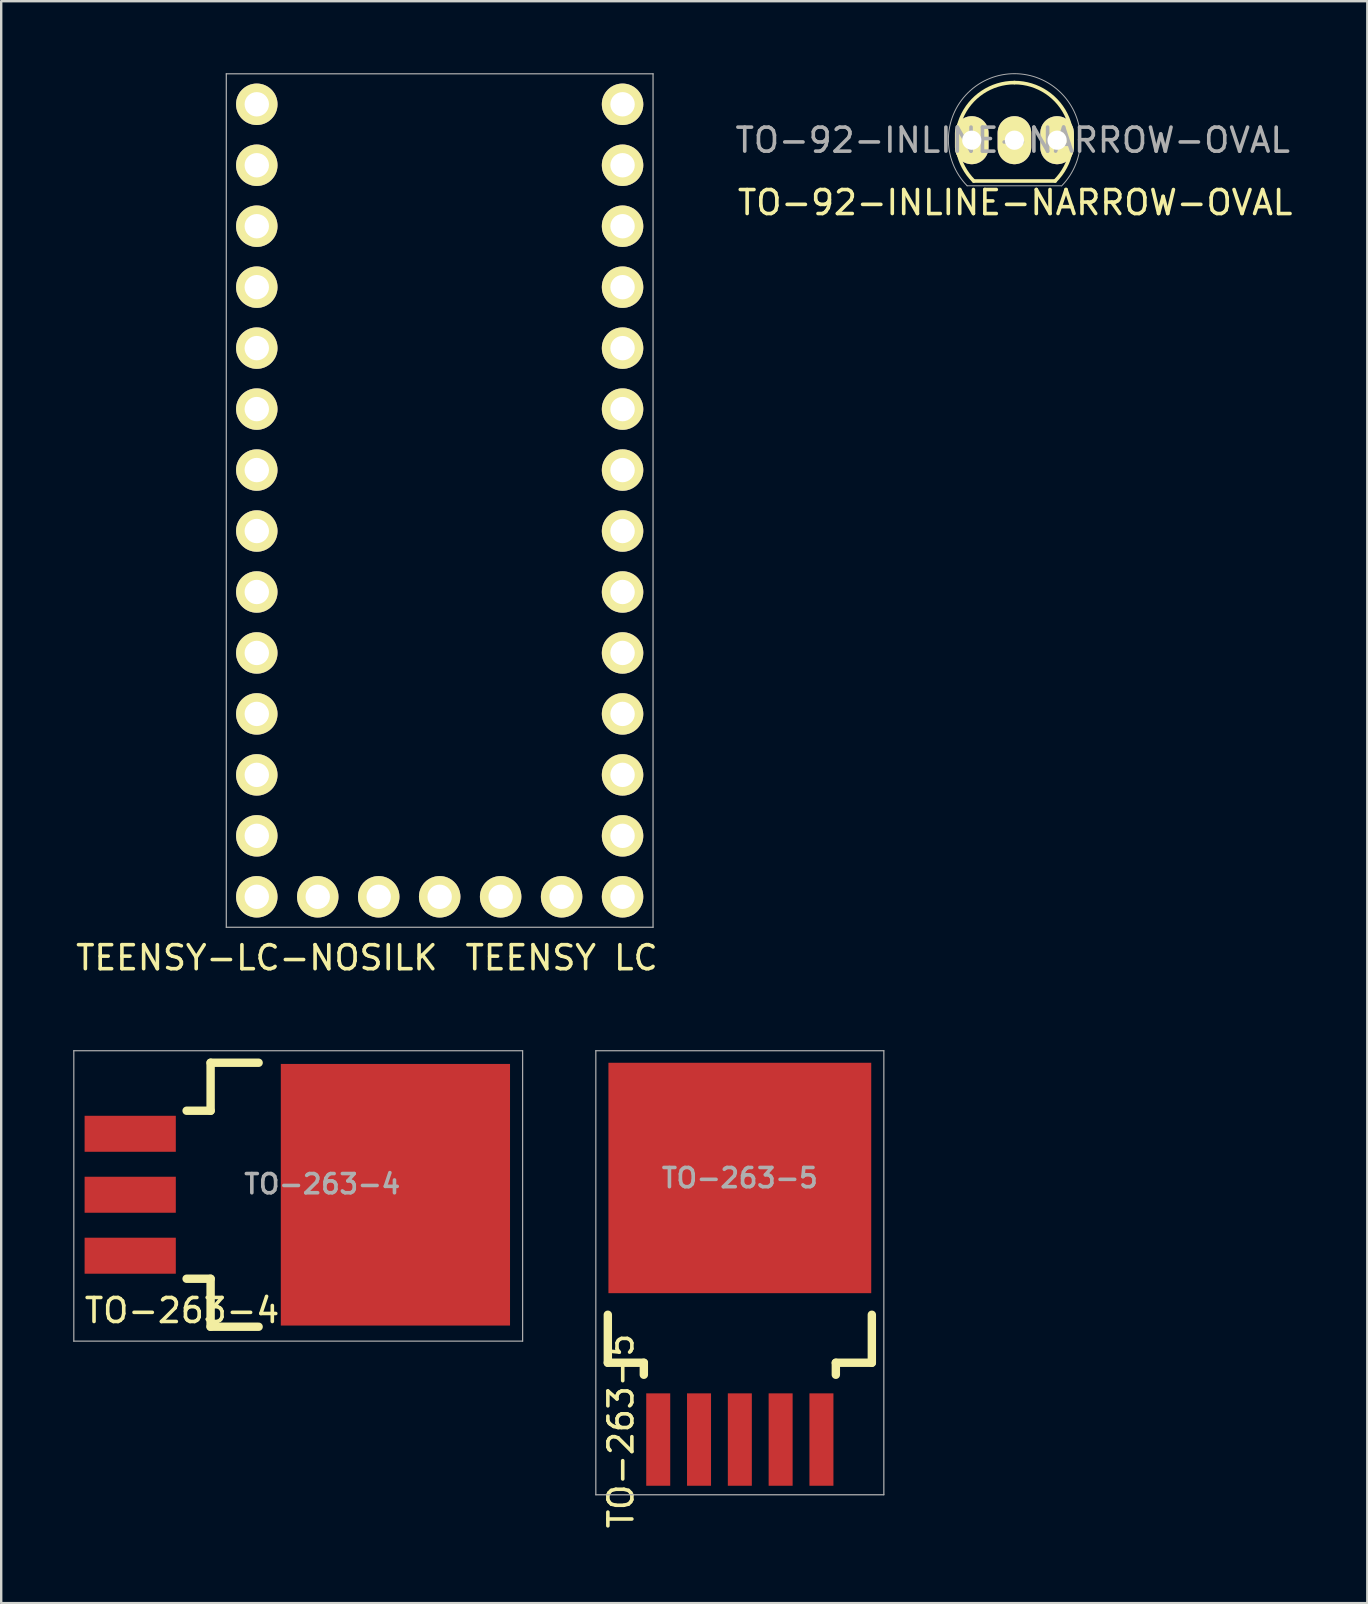
<source format=kicad_pcb>
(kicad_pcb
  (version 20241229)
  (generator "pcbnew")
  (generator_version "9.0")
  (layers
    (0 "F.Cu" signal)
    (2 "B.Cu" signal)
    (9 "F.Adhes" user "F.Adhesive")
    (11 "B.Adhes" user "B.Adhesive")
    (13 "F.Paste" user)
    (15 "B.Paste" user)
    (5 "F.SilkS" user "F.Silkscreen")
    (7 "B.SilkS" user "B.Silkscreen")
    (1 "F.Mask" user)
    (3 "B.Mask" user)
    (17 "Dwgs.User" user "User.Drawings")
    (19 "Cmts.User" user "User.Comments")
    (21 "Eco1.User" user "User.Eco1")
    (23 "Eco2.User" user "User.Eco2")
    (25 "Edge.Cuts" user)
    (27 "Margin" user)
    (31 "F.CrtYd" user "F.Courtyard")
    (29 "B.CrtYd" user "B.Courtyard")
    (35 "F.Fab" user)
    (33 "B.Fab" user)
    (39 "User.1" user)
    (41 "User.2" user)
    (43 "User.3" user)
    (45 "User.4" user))
  (footprint "TEENSY-LC-NOSILK"
    (layer "F.Cu")
    (at 17.809 11.455)
    (property "Reference" "TEENSY-LC-NOSILK" (at -10.16 25.4 180) (layer "F.SilkS") (effects (font (size 1 1) (thickness 0.15))))
    (attr smd)
    (fp_line (start -11.43 -11.43) (end -11.43 24.13) (stroke (width 0.051) (type solid)) (layer "F.Fab"))
    (fp_line (start -11.43 24.13) (end 6.35 24.13) (stroke (width 0.051) (type solid)) (layer "F.Fab"))
    (fp_line (start 6.35 -11.43) (end -11.43 -11.43) (stroke (width 0.051) (type solid)) (layer "F.Fab"))
    (fp_line (start 6.35 24.13) (end 6.35 -11.43) (stroke (width 0.051) (type solid)) (layer "F.Fab"))
    (fp_text user "TEENSY LC" (at 2.54 25.4 0) (layer "F.SilkS") (effects (font (size 1 1) (thickness 0.15))))
    (pad "0" thru_hole circle (at -10.16 -7.62) (size 1.727 1.727) (drill 1.016) (layers "*.Cu" "*.Mask" "F.SilkS"))
    (pad "1" thru_hole circle (at -10.16 -5.08) (size 1.727 1.727) (drill 1.016) (layers "*.Cu" "*.Mask" "F.SilkS"))
    (pad "2" thru_hole circle (at -10.16 -2.54) (size 1.727 1.727) (drill 1.016) (layers "*.Cu" "*.Mask" "F.SilkS"))
    (pad "3" thru_hole circle (at -10.16 0) (size 1.727 1.727) (drill 1.016) (layers "*.Cu" "*.Mask" "F.SilkS"))
    (pad "3V1" thru_hole circle (at -5.08 22.86) (size 1.727 1.727) (drill 1.016) (layers "*.Cu" "*.Mask" "F.SilkS"))
    (pad "3V2" thru_hole circle (at 5.08 -5.08) (size 1.727 1.727) (drill 1.016) (layers "*.Cu" "*.Mask" "F.SilkS"))
    (pad "4" thru_hole circle (at -10.16 2.54) (size 1.727 1.727) (drill 1.016) (layers "*.Cu" "*.Mask" "F.SilkS"))
    (pad "5" thru_hole circle (at -10.16 5.08) (size 1.727 1.727) (drill 1.016) (layers "*.Cu" "*.Mask" "F.SilkS"))
    (pad "6" thru_hole circle (at -10.16 7.62) (size 1.727 1.727) (drill 1.016) (layers "*.Cu" "*.Mask" "F.SilkS"))
    (pad "7" thru_hole circle (at -10.16 10.16) (size 1.727 1.727) (drill 1.016) (layers "*.Cu" "*.Mask" "F.SilkS"))
    (pad "8" thru_hole circle (at -10.16 12.7) (size 1.727 1.727) (drill 1.016) (layers "*.Cu" "*.Mask" "F.SilkS"))
    (pad "9" thru_hole circle (at -10.16 15.24) (size 1.727 1.727) (drill 1.016) (layers "*.Cu" "*.Mask" "F.SilkS"))
    (pad "10" thru_hole circle (at -10.16 17.78) (size 1.727 1.727) (drill 1.016) (layers "*.Cu" "*.Mask" "F.SilkS"))
    (pad "11" thru_hole circle (at -10.16 20.32) (size 1.727 1.727) (drill 1.016) (layers "*.Cu" "*.Mask" "F.SilkS"))
    (pad "12" thru_hole circle (at -10.16 22.86) (size 1.727 1.727) (drill 1.016) (layers "*.Cu" "*.Mask" "F.SilkS"))
    (pad "13" thru_hole circle (at 5.08 22.86) (size 1.727 1.727) (drill 1.016) (layers "*.Cu" "*.Mask" "F.SilkS"))
    (pad "14" thru_hole circle (at 5.08 20.32) (size 1.727 1.727) (drill 1.016) (layers "*.Cu" "*.Mask" "F.SilkS"))
    (pad "15" thru_hole circle (at 5.08 17.78) (size 1.727 1.727) (drill 1.016) (layers "*.Cu" "*.Mask" "F.SilkS"))
    (pad "16" thru_hole circle (at 5.08 15.24) (size 1.727 1.727) (drill 1.016) (layers "*.Cu" "*.Mask" "F.SilkS"))
    (pad "17" thru_hole circle (at 5.08 12.7) (size 1.727 1.727) (drill 1.016) (layers "*.Cu" "*.Mask" "F.SilkS"))
    (pad "17A" thru_hole circle (at -7.62 22.86) (size 1.727 1.727) (drill 1.016) (layers "*.Cu" "*.Mask" "F.SilkS"))
    (pad "18" thru_hole circle (at 5.08 10.16) (size 1.727 1.727) (drill 1.016) (layers "*.Cu" "*.Mask" "F.SilkS"))
    (pad "19" thru_hole circle (at 5.08 7.62) (size 1.727 1.727) (drill 1.016) (layers "*.Cu" "*.Mask" "F.SilkS"))
    (pad "20" thru_hole circle (at 5.08 5.08) (size 1.727 1.727) (drill 1.016) (layers "*.Cu" "*.Mask" "F.SilkS"))
    (pad "21" thru_hole circle (at 5.08 2.54) (size 1.727 1.727) (drill 1.016) (layers "*.Cu" "*.Mask" "F.SilkS"))
    (pad "22" thru_hole circle (at 5.08 0) (size 1.727 1.727) (drill 1.016) (layers "*.Cu" "*.Mask" "F.SilkS"))
    (pad "23" thru_hole circle (at 5.08 -2.54) (size 1.727 1.727) (drill 1.016) (layers "*.Cu" "*.Mask" "F.SilkS"))
    (pad "DAC" thru_hole circle (at 2.54 22.86) (size 1.727 1.727) (drill 1.016) (layers "*.Cu" "*.Mask" "F.SilkS"))
    (pad "G1" thru_hole circle (at -10.16 -10.16) (size 1.727 1.727) (drill 1.016) (layers "*.Cu" "*.Mask" "F.SilkS"))
    (pad "G2" thru_hole circle (at -2.54 22.86) (size 1.727 1.727) (drill 1.016) (layers "*.Cu" "*.Mask" "F.SilkS"))
    (pad "G3" thru_hole circle (at 5.08 -7.62) (size 1.727 1.727) (drill 1.016) (layers "*.Cu" "*.Mask" "F.SilkS"))
    (pad "PGM" thru_hole circle (at 0 22.86) (size 1.727 1.727) (drill 1.016) (layers "*.Cu" "*.Mask" "F.SilkS"))
    (pad "VIN" thru_hole circle (at 5.08 -10.16) (size 1.727 1.727) (drill 1.016) (layers "*.Cu" "*.Mask" "F.SilkS")))
  (footprint "TO-92-INLINE-NARROW-OVAL"
    (layer "F.Cu")
    (at 37.946 2.791)
    (property "Reference" "TO-92-INLINE-NARROW-OVAL" (at 1.2 0 180) (layer "F.Fab") (effects (font (size 1 1) (thickness 0.15))))
    (attr smd)
    (fp_line (start -0.43 1.7) (end 2.97 1.7) (stroke (width 0.15) (type solid)) (layer "F.SilkS"))
    (fp_arc (start -0.427056 1.697056) (mid -0.947311 -0.91844) (end 1.27 -2.4) (stroke (width 0.15) (type solid)) (layer "F.SilkS"))
    (fp_arc (start 1.27 -2.4) (mid 3.487311 -0.91844) (end 2.967056 1.697056) (stroke (width 0.15) (type solid)) (layer "F.SilkS"))
    (fp_line (start -0.7 1.9) (end 3.2 1.9) (stroke (width 0.041) (type solid)) (layer "F.Fab"))
    (fp_arc (start -0.7 1.9) (mid 1.27687 -2.77103) (end 3.230386 1.909815) (stroke (width 0.04064) (type solid)) (layer "F.Fab"))
    (fp_text user "${REFERENCE}" (at 1.3 2.6 180) (layer "F.SilkS") (effects (font (size 1 1) (thickness 0.15))))
    (pad "1" thru_hole oval (at -0.508 0 180) (size 1.4 2) (drill 0.8) (layers "*.Cu" "*.Mask" "F.SilkS"))
    (pad "2" thru_hole oval (at 1.27 0 180) (size 1.4 2) (drill 0.8) (layers "*.Cu" "*.Mask" "F.SilkS"))
    (pad "3" thru_hole oval (at 3.048 0 180) (size 1.4 2) (drill 0.8) (layers "*.Cu" "*.Mask" "F.SilkS")))
  (footprint "TO-263-4"
    (layer "F.Cu")
    (at 8.725 46.729)
    (property "Reference" "TO-263-4" (at 1.651 -0.445 0) (layer "F.Fab") (effects (font (size 0.8 0.8) (thickness 0.15))))
    (attr smd)
    (fp_line (start -3 -5.5) (end -3 -3.5) (stroke (width 0.35) (type solid)) (layer "F.SilkS"))
    (fp_line (start -3 -3.5) (end -4 -3.5) (stroke (width 0.35) (type solid)) (layer "F.SilkS"))
    (fp_line (start -3 3.5) (end -4 3.5) (stroke (width 0.35) (type solid)) (layer "F.SilkS"))
    (fp_line (start -3 5.5) (end -3 3.5) (stroke (width 0.35) (type solid)) (layer "F.SilkS"))
    (fp_line (start -1 -5.5) (end -3 -5.5) (stroke (width 0.35) (type solid)) (layer "F.SilkS"))
    (fp_line (start -1 5.5) (end -3 5.5) (stroke (width 0.35) (type solid)) (layer "F.SilkS"))
    (fp_line (start -8.7 -6) (end -8.7 6.1) (stroke (width 0.05) (type solid)) (layer "F.Fab"))
    (fp_line (start -8.7 6.1) (end 10 6.1) (stroke (width 0.05) (type solid)) (layer "F.Fab"))
    (fp_line (start 10 -6) (end -8.7 -6) (stroke (width 0.05) (type solid)) (layer "F.Fab"))
    (fp_line (start 10 6.1) (end 10 -6) (stroke (width 0.05) (type solid)) (layer "F.Fab"))
    (fp_text user "${REFERENCE}" (at -4.191 4.826 180) (layer "F.SilkS") (effects (font (size 1 1) (thickness 0.15))))
    (pad "" smd rect (at 1.5 -3 180) (size 2.3 2.3) (layers "F.Paste"))
    (pad "" smd rect (at 1.5 0 180) (size 2.3 2.3) (layers "F.Paste"))
    (pad "" smd rect (at 1.5 3 180) (size 2.3 2.3) (layers "F.Paste"))
    (pad "" smd rect (at 5 -3 180) (size 2.3 2.3) (layers "F.Paste"))
    (pad "" smd rect (at 5 0 180) (size 2.3 2.3) (layers "F.Paste"))
    (pad "" smd rect (at 5 3 180) (size 2.3 2.3) (layers "F.Paste"))
    (pad "1" smd rect (at -6.35 -2.54 180) (size 3.8 1.5) (layers "F.Cu" "F.Mask" "F.Paste"))
    (pad "2" smd rect (at -6.35 0 180) (size 3.8 1.5) (layers "F.Cu" "F.Mask" "F.Paste"))
    (pad "2" smd rect (at 4.7 0 180) (size 9.55 10.9) (layers "F.Cu" "F.Mask"))
    (pad "3" smd rect (at -6.35 2.54 180) (size 3.8 1.5) (layers "F.Cu" "F.Mask" "F.Paste")))
  (footprint "TO-263-5"
    (layer "F.Cu")
    (at 27.775 46.03)
    (property "Reference" "TO-263-5" (at 0 0 180) (layer "F.Fab") (effects (font (size 0.8 0.8) (thickness 0.15))))
    (attr smd)
    (fp_line (start -5.5 5.699) (end -5.5 7.699) (stroke (width 0.35) (type solid)) (layer "F.SilkS"))
    (fp_line (start -5.5 7.699) (end -4 7.699) (stroke (width 0.35) (type solid)) (layer "F.SilkS"))
    (fp_line (start -4 7.699) (end -4 8.199) (stroke (width 0.35) (type solid)) (layer "F.SilkS"))
    (fp_line (start 4 7.699) (end 4 8.199) (stroke (width 0.35) (type solid)) (layer "F.SilkS"))
    (fp_line (start 5.5 5.699) (end 5.5 7.699) (stroke (width 0.35) (type solid)) (layer "F.SilkS"))
    (fp_line (start 5.5 7.699) (end 4 7.699) (stroke (width 0.35) (type solid)) (layer "F.SilkS"))
    (fp_line (start -6 -5.301) (end 6 -5.301) (stroke (width 0.051) (type solid)) (layer "F.Fab"))
    (fp_line (start -6 13.199) (end -6 -5.301) (stroke (width 0.051) (type solid)) (layer "F.Fab"))
    (fp_line (start 6 -5.301) (end 6 13.199) (stroke (width 0.051) (type solid)) (layer "F.Fab"))
    (fp_line (start 6 13.199) (end -6 13.199) (stroke (width 0.051) (type solid)) (layer "F.Fab"))
    (fp_text user "${REFERENCE}" (at -4.953 10.541 270) (layer "F.SilkS") (effects (font (size 1 1) (thickness 0.15))))
    (pad "" smd rect (at -3 -0.301 270) (size 2.3 2.3) (layers "F.Paste"))
    (pad "" smd rect (at -3 3.199 270) (size 2.3 2.3) (layers "F.Paste"))
    (pad "" smd rect (at 0 -0.301 270) (size 2.3 2.3) (layers "F.Paste"))
    (pad "" smd rect (at 0 3.199) (size 2.3 2.3) (layers "F.Paste"))
    (pad "" smd rect (at 3 -0.301 270) (size 2.3 2.3) (layers "F.Paste"))
    (pad "" smd rect (at 3 3.199 270) (size 2.3 2.3) (layers "F.Paste"))
    (pad "1" smd rect (at -3.4 10.899 270) (size 3.85 1) (layers "F.Cu" "F.Mask" "F.Paste"))
    (pad "2" smd rect (at -1.7 10.899 270) (size 3.85 1) (layers "F.Cu" "F.Mask" "F.Paste"))
    (pad "3" smd rect (at 0 10.899 270) (size 3.85 1) (layers "F.Cu" "F.Mask" "F.Paste"))
    (pad "4" smd rect (at 1.7 10.899 270) (size 3.85 1) (layers "F.Cu" "F.Mask" "F.Paste"))
    (pad "5" smd rect (at 3.4 10.899 270) (size 3.85 1) (layers "F.Cu" "F.Mask" "F.Paste"))
    (pad "6" smd rect (at 0 0 270) (size 9.6 10.95) (layers "F.Cu" "F.Mask")))
  (gr_rect
    (start -3 -3)
    (end 53.919 63.744)
    (stroke (width 0.1) (type default))
    (fill no)
    (layer "Edge.Cuts")))
</source>
